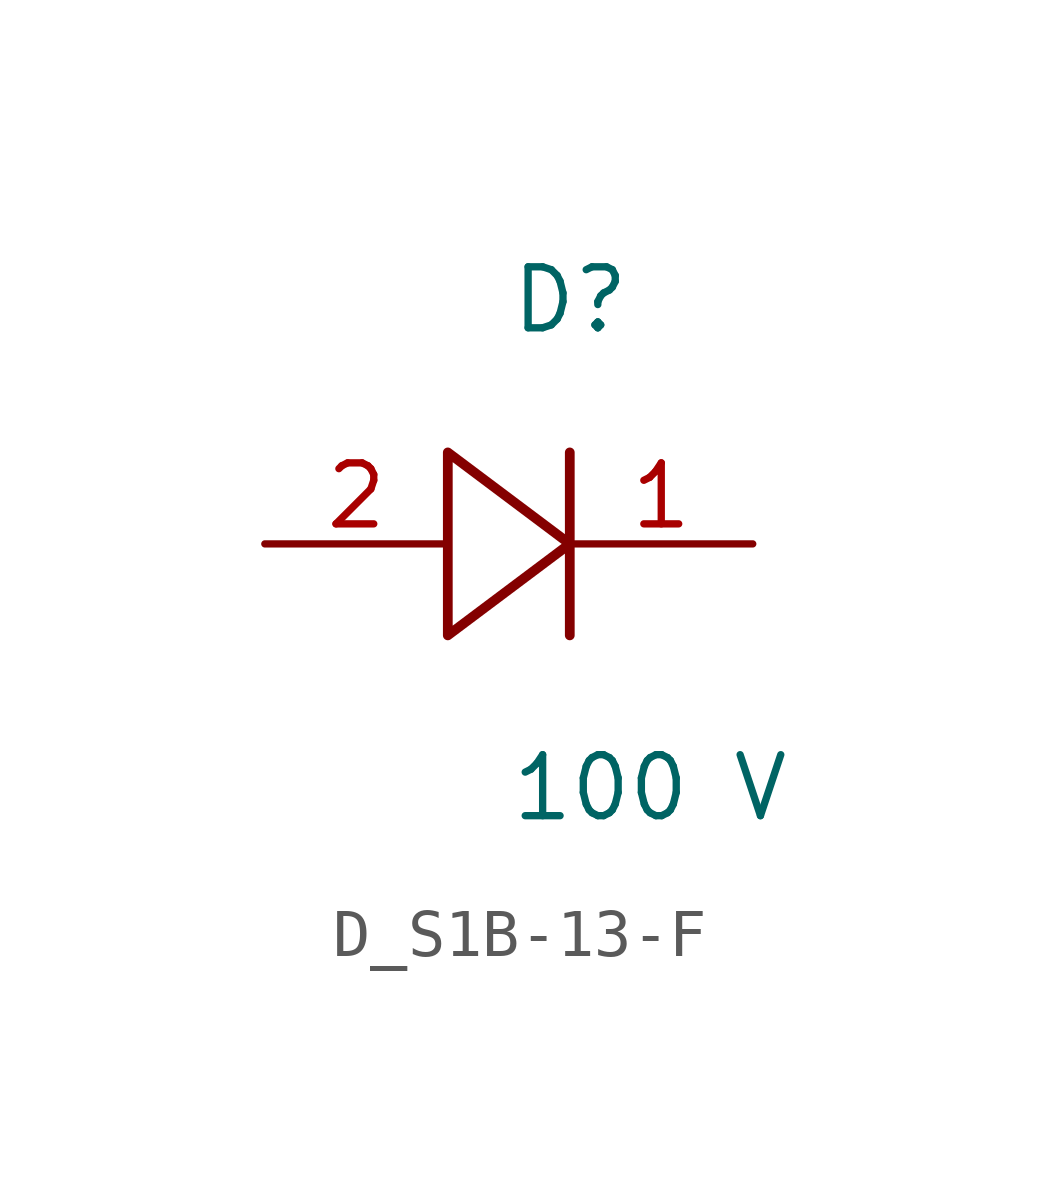
<source format=kicad_sym>
(kicad_symbol_lib
  (version 20231120)
  (generator kicad_symbol_editor)
  (generator_version 8.0)
  (symbol "D_S1B-13-F"
    (pin_names
      (offset 0.254))
    (property "Reference" "D"
      (at 0 5.08 0)
      (effects (font (size 1.27 1.27)) (justify left)))
    (property "Value" "100 V"
      (at 0 -5.08 0)
      (effects (font (size 1.27 1.27)) (justify left)))
    (symbol "D_S1B-13-F_1_0"
      (polyline (pts (xy 1.27 1.905) (xy 1.27 0) (xy -1.27 1.905) (xy -1.27 -1.905) (xy 1.27 0) (xy 1.27 -1.905)) (stroke (width 0.203) (type default)) (fill (type none)))
      (pin passive line (at 5.08 0 180) (length 3.81) (name "" (effects (font (size 1.27 1.27)))) (number "1" (effects (font (size 1.27 1.27)))))
      (pin passive line (at -5.08 0 0) (length 3.81) (name "" (effects (font (size 1.27 1.27)))) (number "2" (effects (font (size 1.27 1.27))))))))
</source>
